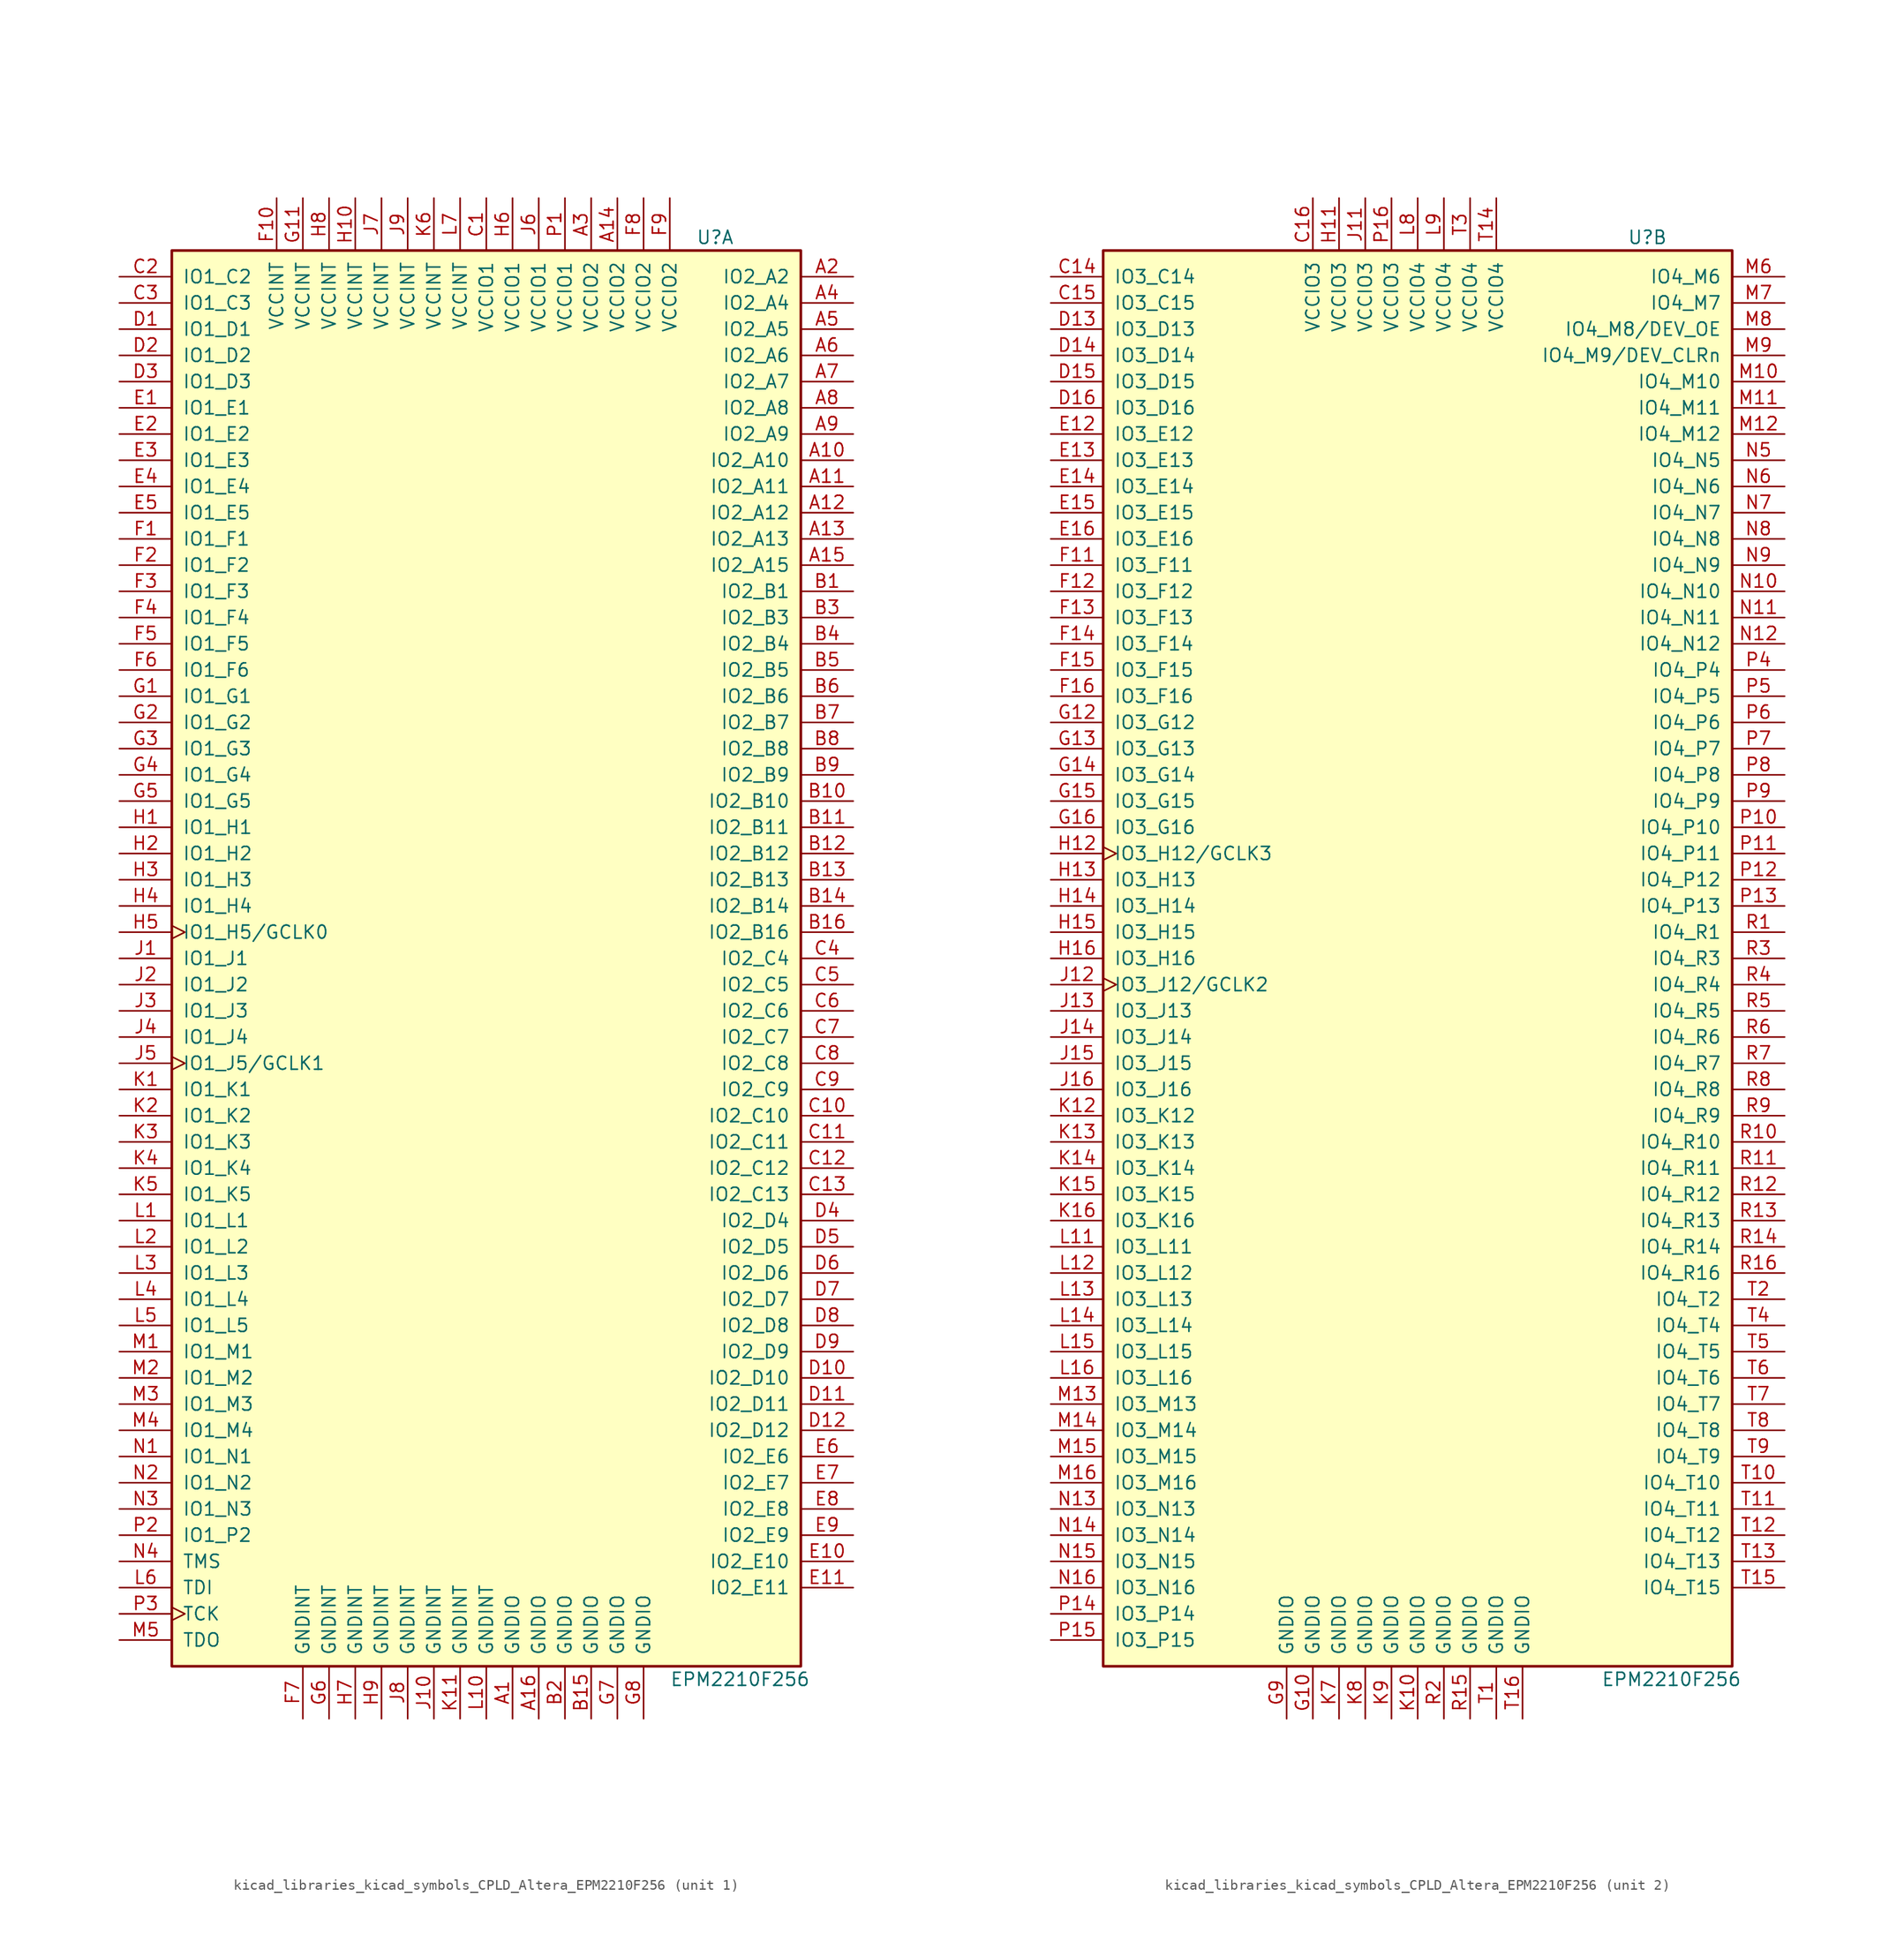
<source format=kicad_sym>
(kicad_symbol_lib
  (version 20220914)
  (generator kicad_symbol_editor)
  (symbol "kicad_libraries_kicad_symbols_CPLD_Altera_EPM2210F256"
    (pin_names
      (offset 1.016))
    (property "Reference" "U"
      (at 20.32 69.85 0)
      (effects (font (size 1.27 1.27)) (justify left)))
    (property "Value" "EPM2210F256"
      (at 17.78 -69.85 0)
      (effects (font (size 1.27 1.27)) (justify left)))
    (property "ki_locked" ""
      (at 0 0 0)
      (effects (font (size 1.27 1.27))))
    (symbol "kicad_libraries_kicad_symbols_CPLD_Altera_EPM2210F256_1_1"
      (rectangle (start -30.48 68.58) (end 30.48 -68.58) (stroke (width 0.254) (type default)) (fill (type background)))
      (pin power_in line (at 2.54 -73.66 90) (length 5.08) (name "GNDIO" (effects (font (size 1.27 1.27)))) (number "A1" (effects (font (size 1.27 1.27)))))
      (pin bidirectional line (at 35.56 48.26 180) (length 5.08) (name "IO2_A10" (effects (font (size 1.27 1.27)))) (number "A10" (effects (font (size 1.27 1.27)))))
      (pin bidirectional line (at 35.56 45.72 180) (length 5.08) (name "IO2_A11" (effects (font (size 1.27 1.27)))) (number "A11" (effects (font (size 1.27 1.27)))))
      (pin bidirectional line (at 35.56 43.18 180) (length 5.08) (name "IO2_A12" (effects (font (size 1.27 1.27)))) (number "A12" (effects (font (size 1.27 1.27)))))
      (pin bidirectional line (at 35.56 40.64 180) (length 5.08) (name "IO2_A13" (effects (font (size 1.27 1.27)))) (number "A13" (effects (font (size 1.27 1.27)))))
      (pin power_in line (at 12.7 73.66 270) (length 5.08) (name "VCCIO2" (effects (font (size 1.27 1.27)))) (number "A14" (effects (font (size 1.27 1.27)))))
      (pin bidirectional line (at 35.56 38.1 180) (length 5.08) (name "IO2_A15" (effects (font (size 1.27 1.27)))) (number "A15" (effects (font (size 1.27 1.27)))))
      (pin power_in line (at 5.08 -73.66 90) (length 5.08) (name "GNDIO" (effects (font (size 1.27 1.27)))) (number "A16" (effects (font (size 1.27 1.27)))))
      (pin bidirectional line (at 35.56 66.04 180) (length 5.08) (name "IO2_A2" (effects (font (size 1.27 1.27)))) (number "A2" (effects (font (size 1.27 1.27)))))
      (pin power_in line (at 10.16 73.66 270) (length 5.08) (name "VCCIO2" (effects (font (size 1.27 1.27)))) (number "A3" (effects (font (size 1.27 1.27)))))
      (pin bidirectional line (at 35.56 63.5 180) (length 5.08) (name "IO2_A4" (effects (font (size 1.27 1.27)))) (number "A4" (effects (font (size 1.27 1.27)))))
      (pin bidirectional line (at 35.56 60.96 180) (length 5.08) (name "IO2_A5" (effects (font (size 1.27 1.27)))) (number "A5" (effects (font (size 1.27 1.27)))))
      (pin bidirectional line (at 35.56 58.42 180) (length 5.08) (name "IO2_A6" (effects (font (size 1.27 1.27)))) (number "A6" (effects (font (size 1.27 1.27)))))
      (pin bidirectional line (at 35.56 55.88 180) (length 5.08) (name "IO2_A7" (effects (font (size 1.27 1.27)))) (number "A7" (effects (font (size 1.27 1.27)))))
      (pin bidirectional line (at 35.56 53.34 180) (length 5.08) (name "IO2_A8" (effects (font (size 1.27 1.27)))) (number "A8" (effects (font (size 1.27 1.27)))))
      (pin bidirectional line (at 35.56 50.8 180) (length 5.08) (name "IO2_A9" (effects (font (size 1.27 1.27)))) (number "A9" (effects (font (size 1.27 1.27)))))
      (pin bidirectional line (at 35.56 35.56 180) (length 5.08) (name "IO2_B1" (effects (font (size 1.27 1.27)))) (number "B1" (effects (font (size 1.27 1.27)))))
      (pin bidirectional line (at 35.56 15.24 180) (length 5.08) (name "IO2_B10" (effects (font (size 1.27 1.27)))) (number "B10" (effects (font (size 1.27 1.27)))))
      (pin bidirectional line (at 35.56 12.7 180) (length 5.08) (name "IO2_B11" (effects (font (size 1.27 1.27)))) (number "B11" (effects (font (size 1.27 1.27)))))
      (pin bidirectional line (at 35.56 10.16 180) (length 5.08) (name "IO2_B12" (effects (font (size 1.27 1.27)))) (number "B12" (effects (font (size 1.27 1.27)))))
      (pin bidirectional line (at 35.56 7.62 180) (length 5.08) (name "IO2_B13" (effects (font (size 1.27 1.27)))) (number "B13" (effects (font (size 1.27 1.27)))))
      (pin bidirectional line (at 35.56 5.08 180) (length 5.08) (name "IO2_B14" (effects (font (size 1.27 1.27)))) (number "B14" (effects (font (size 1.27 1.27)))))
      (pin power_in line (at 10.16 -73.66 90) (length 5.08) (name "GNDIO" (effects (font (size 1.27 1.27)))) (number "B15" (effects (font (size 1.27 1.27)))))
      (pin bidirectional line (at 35.56 2.54 180) (length 5.08) (name "IO2_B16" (effects (font (size 1.27 1.27)))) (number "B16" (effects (font (size 1.27 1.27)))))
      (pin power_in line (at 7.62 -73.66 90) (length 5.08) (name "GNDIO" (effects (font (size 1.27 1.27)))) (number "B2" (effects (font (size 1.27 1.27)))))
      (pin bidirectional line (at 35.56 33.02 180) (length 5.08) (name "IO2_B3" (effects (font (size 1.27 1.27)))) (number "B3" (effects (font (size 1.27 1.27)))))
      (pin bidirectional line (at 35.56 30.48 180) (length 5.08) (name "IO2_B4" (effects (font (size 1.27 1.27)))) (number "B4" (effects (font (size 1.27 1.27)))))
      (pin bidirectional line (at 35.56 27.94 180) (length 5.08) (name "IO2_B5" (effects (font (size 1.27 1.27)))) (number "B5" (effects (font (size 1.27 1.27)))))
      (pin bidirectional line (at 35.56 25.4 180) (length 5.08) (name "IO2_B6" (effects (font (size 1.27 1.27)))) (number "B6" (effects (font (size 1.27 1.27)))))
      (pin bidirectional line (at 35.56 22.86 180) (length 5.08) (name "IO2_B7" (effects (font (size 1.27 1.27)))) (number "B7" (effects (font (size 1.27 1.27)))))
      (pin bidirectional line (at 35.56 20.32 180) (length 5.08) (name "IO2_B8" (effects (font (size 1.27 1.27)))) (number "B8" (effects (font (size 1.27 1.27)))))
      (pin bidirectional line (at 35.56 17.78 180) (length 5.08) (name "IO2_B9" (effects (font (size 1.27 1.27)))) (number "B9" (effects (font (size 1.27 1.27)))))
      (pin power_in line (at 0 73.66 270) (length 5.08) (name "VCCIO1" (effects (font (size 1.27 1.27)))) (number "C1" (effects (font (size 1.27 1.27)))))
      (pin bidirectional line (at 35.56 -15.24 180) (length 5.08) (name "IO2_C10" (effects (font (size 1.27 1.27)))) (number "C10" (effects (font (size 1.27 1.27)))))
      (pin bidirectional line (at 35.56 -17.78 180) (length 5.08) (name "IO2_C11" (effects (font (size 1.27 1.27)))) (number "C11" (effects (font (size 1.27 1.27)))))
      (pin bidirectional line (at 35.56 -20.32 180) (length 5.08) (name "IO2_C12" (effects (font (size 1.27 1.27)))) (number "C12" (effects (font (size 1.27 1.27)))))
      (pin bidirectional line (at 35.56 -22.86 180) (length 5.08) (name "IO2_C13" (effects (font (size 1.27 1.27)))) (number "C13" (effects (font (size 1.27 1.27)))))
      (pin bidirectional line (at -35.56 66.04 0) (length 5.08) (name "IO1_C2" (effects (font (size 1.27 1.27)))) (number "C2" (effects (font (size 1.27 1.27)))))
      (pin bidirectional line (at -35.56 63.5 0) (length 5.08) (name "IO1_C3" (effects (font (size 1.27 1.27)))) (number "C3" (effects (font (size 1.27 1.27)))))
      (pin bidirectional line (at 35.56 0 180) (length 5.08) (name "IO2_C4" (effects (font (size 1.27 1.27)))) (number "C4" (effects (font (size 1.27 1.27)))))
      (pin bidirectional line (at 35.56 -2.54 180) (length 5.08) (name "IO2_C5" (effects (font (size 1.27 1.27)))) (number "C5" (effects (font (size 1.27 1.27)))))
      (pin bidirectional line (at 35.56 -5.08 180) (length 5.08) (name "IO2_C6" (effects (font (size 1.27 1.27)))) (number "C6" (effects (font (size 1.27 1.27)))))
      (pin bidirectional line (at 35.56 -7.62 180) (length 5.08) (name "IO2_C7" (effects (font (size 1.27 1.27)))) (number "C7" (effects (font (size 1.27 1.27)))))
      (pin bidirectional line (at 35.56 -10.16 180) (length 5.08) (name "IO2_C8" (effects (font (size 1.27 1.27)))) (number "C8" (effects (font (size 1.27 1.27)))))
      (pin bidirectional line (at 35.56 -12.7 180) (length 5.08) (name "IO2_C9" (effects (font (size 1.27 1.27)))) (number "C9" (effects (font (size 1.27 1.27)))))
      (pin bidirectional line (at -35.56 60.96 0) (length 5.08) (name "IO1_D1" (effects (font (size 1.27 1.27)))) (number "D1" (effects (font (size 1.27 1.27)))))
      (pin bidirectional line (at 35.56 -40.64 180) (length 5.08) (name "IO2_D10" (effects (font (size 1.27 1.27)))) (number "D10" (effects (font (size 1.27 1.27)))))
      (pin bidirectional line (at 35.56 -43.18 180) (length 5.08) (name "IO2_D11" (effects (font (size 1.27 1.27)))) (number "D11" (effects (font (size 1.27 1.27)))))
      (pin bidirectional line (at 35.56 -45.72 180) (length 5.08) (name "IO2_D12" (effects (font (size 1.27 1.27)))) (number "D12" (effects (font (size 1.27 1.27)))))
      (pin bidirectional line (at -35.56 58.42 0) (length 5.08) (name "IO1_D2" (effects (font (size 1.27 1.27)))) (number "D2" (effects (font (size 1.27 1.27)))))
      (pin bidirectional line (at -35.56 55.88 0) (length 5.08) (name "IO1_D3" (effects (font (size 1.27 1.27)))) (number "D3" (effects (font (size 1.27 1.27)))))
      (pin bidirectional line (at 35.56 -25.4 180) (length 5.08) (name "IO2_D4" (effects (font (size 1.27 1.27)))) (number "D4" (effects (font (size 1.27 1.27)))))
      (pin bidirectional line (at 35.56 -27.94 180) (length 5.08) (name "IO2_D5" (effects (font (size 1.27 1.27)))) (number "D5" (effects (font (size 1.27 1.27)))))
      (pin bidirectional line (at 35.56 -30.48 180) (length 5.08) (name "IO2_D6" (effects (font (size 1.27 1.27)))) (number "D6" (effects (font (size 1.27 1.27)))))
      (pin bidirectional line (at 35.56 -33.02 180) (length 5.08) (name "IO2_D7" (effects (font (size 1.27 1.27)))) (number "D7" (effects (font (size 1.27 1.27)))))
      (pin bidirectional line (at 35.56 -35.56 180) (length 5.08) (name "IO2_D8" (effects (font (size 1.27 1.27)))) (number "D8" (effects (font (size 1.27 1.27)))))
      (pin bidirectional line (at 35.56 -38.1 180) (length 5.08) (name "IO2_D9" (effects (font (size 1.27 1.27)))) (number "D9" (effects (font (size 1.27 1.27)))))
      (pin bidirectional line (at -35.56 53.34 0) (length 5.08) (name "IO1_E1" (effects (font (size 1.27 1.27)))) (number "E1" (effects (font (size 1.27 1.27)))))
      (pin bidirectional line (at 35.56 -58.42 180) (length 5.08) (name "IO2_E10" (effects (font (size 1.27 1.27)))) (number "E10" (effects (font (size 1.27 1.27)))))
      (pin bidirectional line (at 35.56 -60.96 180) (length 5.08) (name "IO2_E11" (effects (font (size 1.27 1.27)))) (number "E11" (effects (font (size 1.27 1.27)))))
      (pin bidirectional line (at -35.56 50.8 0) (length 5.08) (name "IO1_E2" (effects (font (size 1.27 1.27)))) (number "E2" (effects (font (size 1.27 1.27)))))
      (pin bidirectional line (at -35.56 48.26 0) (length 5.08) (name "IO1_E3" (effects (font (size 1.27 1.27)))) (number "E3" (effects (font (size 1.27 1.27)))))
      (pin bidirectional line (at -35.56 45.72 0) (length 5.08) (name "IO1_E4" (effects (font (size 1.27 1.27)))) (number "E4" (effects (font (size 1.27 1.27)))))
      (pin bidirectional line (at -35.56 43.18 0) (length 5.08) (name "IO1_E5" (effects (font (size 1.27 1.27)))) (number "E5" (effects (font (size 1.27 1.27)))))
      (pin bidirectional line (at 35.56 -48.26 180) (length 5.08) (name "IO2_E6" (effects (font (size 1.27 1.27)))) (number "E6" (effects (font (size 1.27 1.27)))))
      (pin bidirectional line (at 35.56 -50.8 180) (length 5.08) (name "IO2_E7" (effects (font (size 1.27 1.27)))) (number "E7" (effects (font (size 1.27 1.27)))))
      (pin bidirectional line (at 35.56 -53.34 180) (length 5.08) (name "IO2_E8" (effects (font (size 1.27 1.27)))) (number "E8" (effects (font (size 1.27 1.27)))))
      (pin bidirectional line (at 35.56 -55.88 180) (length 5.08) (name "IO2_E9" (effects (font (size 1.27 1.27)))) (number "E9" (effects (font (size 1.27 1.27)))))
      (pin bidirectional line (at -35.56 40.64 0) (length 5.08) (name "IO1_F1" (effects (font (size 1.27 1.27)))) (number "F1" (effects (font (size 1.27 1.27)))))
      (pin power_in line (at -20.32 73.66 270) (length 5.08) (name "VCCINT" (effects (font (size 1.27 1.27)))) (number "F10" (effects (font (size 1.27 1.27)))))
      (pin bidirectional line (at -35.56 38.1 0) (length 5.08) (name "IO1_F2" (effects (font (size 1.27 1.27)))) (number "F2" (effects (font (size 1.27 1.27)))))
      (pin bidirectional line (at -35.56 35.56 0) (length 5.08) (name "IO1_F3" (effects (font (size 1.27 1.27)))) (number "F3" (effects (font (size 1.27 1.27)))))
      (pin bidirectional line (at -35.56 33.02 0) (length 5.08) (name "IO1_F4" (effects (font (size 1.27 1.27)))) (number "F4" (effects (font (size 1.27 1.27)))))
      (pin bidirectional line (at -35.56 30.48 0) (length 5.08) (name "IO1_F5" (effects (font (size 1.27 1.27)))) (number "F5" (effects (font (size 1.27 1.27)))))
      (pin bidirectional line (at -35.56 27.94 0) (length 5.08) (name "IO1_F6" (effects (font (size 1.27 1.27)))) (number "F6" (effects (font (size 1.27 1.27)))))
      (pin power_in line (at -17.78 -73.66 90) (length 5.08) (name "GNDINT" (effects (font (size 1.27 1.27)))) (number "F7" (effects (font (size 1.27 1.27)))))
      (pin power_in line (at 15.24 73.66 270) (length 5.08) (name "VCCIO2" (effects (font (size 1.27 1.27)))) (number "F8" (effects (font (size 1.27 1.27)))))
      (pin power_in line (at 17.78 73.66 270) (length 5.08) (name "VCCIO2" (effects (font (size 1.27 1.27)))) (number "F9" (effects (font (size 1.27 1.27)))))
      (pin bidirectional line (at -35.56 25.4 0) (length 5.08) (name "IO1_G1" (effects (font (size 1.27 1.27)))) (number "G1" (effects (font (size 1.27 1.27)))))
      (pin power_in line (at -17.78 73.66 270) (length 5.08) (name "VCCINT" (effects (font (size 1.27 1.27)))) (number "G11" (effects (font (size 1.27 1.27)))))
      (pin bidirectional line (at -35.56 22.86 0) (length 5.08) (name "IO1_G2" (effects (font (size 1.27 1.27)))) (number "G2" (effects (font (size 1.27 1.27)))))
      (pin bidirectional line (at -35.56 20.32 0) (length 5.08) (name "IO1_G3" (effects (font (size 1.27 1.27)))) (number "G3" (effects (font (size 1.27 1.27)))))
      (pin bidirectional line (at -35.56 17.78 0) (length 5.08) (name "IO1_G4" (effects (font (size 1.27 1.27)))) (number "G4" (effects (font (size 1.27 1.27)))))
      (pin bidirectional line (at -35.56 15.24 0) (length 5.08) (name "IO1_G5" (effects (font (size 1.27 1.27)))) (number "G5" (effects (font (size 1.27 1.27)))))
      (pin power_in line (at -15.24 -73.66 90) (length 5.08) (name "GNDINT" (effects (font (size 1.27 1.27)))) (number "G6" (effects (font (size 1.27 1.27)))))
      (pin power_in line (at 12.7 -73.66 90) (length 5.08) (name "GNDIO" (effects (font (size 1.27 1.27)))) (number "G7" (effects (font (size 1.27 1.27)))))
      (pin power_in line (at 15.24 -73.66 90) (length 5.08) (name "GNDIO" (effects (font (size 1.27 1.27)))) (number "G8" (effects (font (size 1.27 1.27)))))
      (pin bidirectional line (at -35.56 12.7 0) (length 5.08) (name "IO1_H1" (effects (font (size 1.27 1.27)))) (number "H1" (effects (font (size 1.27 1.27)))))
      (pin power_in line (at -12.7 73.66 270) (length 5.08) (name "VCCINT" (effects (font (size 1.27 1.27)))) (number "H10" (effects (font (size 1.27 1.27)))))
      (pin bidirectional line (at -35.56 10.16 0) (length 5.08) (name "IO1_H2" (effects (font (size 1.27 1.27)))) (number "H2" (effects (font (size 1.27 1.27)))))
      (pin bidirectional line (at -35.56 7.62 0) (length 5.08) (name "IO1_H3" (effects (font (size 1.27 1.27)))) (number "H3" (effects (font (size 1.27 1.27)))))
      (pin bidirectional line (at -35.56 5.08 0) (length 5.08) (name "IO1_H4" (effects (font (size 1.27 1.27)))) (number "H4" (effects (font (size 1.27 1.27)))))
      (pin bidirectional clock (at -35.56 2.54 0) (length 5.08) (name "IO1_H5/GCLK0" (effects (font (size 1.27 1.27)))) (number "H5" (effects (font (size 1.27 1.27)))))
      (pin power_in line (at 2.54 73.66 270) (length 5.08) (name "VCCIO1" (effects (font (size 1.27 1.27)))) (number "H6" (effects (font (size 1.27 1.27)))))
      (pin power_in line (at -12.7 -73.66 90) (length 5.08) (name "GNDINT" (effects (font (size 1.27 1.27)))) (number "H7" (effects (font (size 1.27 1.27)))))
      (pin power_in line (at -15.24 73.66 270) (length 5.08) (name "VCCINT" (effects (font (size 1.27 1.27)))) (number "H8" (effects (font (size 1.27 1.27)))))
      (pin power_in line (at -10.16 -73.66 90) (length 5.08) (name "GNDINT" (effects (font (size 1.27 1.27)))) (number "H9" (effects (font (size 1.27 1.27)))))
      (pin bidirectional line (at -35.56 0 0) (length 5.08) (name "IO1_J1" (effects (font (size 1.27 1.27)))) (number "J1" (effects (font (size 1.27 1.27)))))
      (pin power_in line (at -5.08 -73.66 90) (length 5.08) (name "GNDINT" (effects (font (size 1.27 1.27)))) (number "J10" (effects (font (size 1.27 1.27)))))
      (pin bidirectional line (at -35.56 -2.54 0) (length 5.08) (name "IO1_J2" (effects (font (size 1.27 1.27)))) (number "J2" (effects (font (size 1.27 1.27)))))
      (pin bidirectional line (at -35.56 -5.08 0) (length 5.08) (name "IO1_J3" (effects (font (size 1.27 1.27)))) (number "J3" (effects (font (size 1.27 1.27)))))
      (pin bidirectional line (at -35.56 -7.62 0) (length 5.08) (name "IO1_J4" (effects (font (size 1.27 1.27)))) (number "J4" (effects (font (size 1.27 1.27)))))
      (pin bidirectional clock (at -35.56 -10.16 0) (length 5.08) (name "IO1_J5/GCLK1" (effects (font (size 1.27 1.27)))) (number "J5" (effects (font (size 1.27 1.27)))))
      (pin power_in line (at 5.08 73.66 270) (length 5.08) (name "VCCIO1" (effects (font (size 1.27 1.27)))) (number "J6" (effects (font (size 1.27 1.27)))))
      (pin power_in line (at -10.16 73.66 270) (length 5.08) (name "VCCINT" (effects (font (size 1.27 1.27)))) (number "J7" (effects (font (size 1.27 1.27)))))
      (pin power_in line (at -7.62 -73.66 90) (length 5.08) (name "GNDINT" (effects (font (size 1.27 1.27)))) (number "J8" (effects (font (size 1.27 1.27)))))
      (pin power_in line (at -7.62 73.66 270) (length 5.08) (name "VCCINT" (effects (font (size 1.27 1.27)))) (number "J9" (effects (font (size 1.27 1.27)))))
      (pin bidirectional line (at -35.56 -12.7 0) (length 5.08) (name "IO1_K1" (effects (font (size 1.27 1.27)))) (number "K1" (effects (font (size 1.27 1.27)))))
      (pin power_in line (at -2.54 -73.66 90) (length 5.08) (name "GNDINT" (effects (font (size 1.27 1.27)))) (number "K11" (effects (font (size 1.27 1.27)))))
      (pin bidirectional line (at -35.56 -15.24 0) (length 5.08) (name "IO1_K2" (effects (font (size 1.27 1.27)))) (number "K2" (effects (font (size 1.27 1.27)))))
      (pin bidirectional line (at -35.56 -17.78 0) (length 5.08) (name "IO1_K3" (effects (font (size 1.27 1.27)))) (number "K3" (effects (font (size 1.27 1.27)))))
      (pin bidirectional line (at -35.56 -20.32 0) (length 5.08) (name "IO1_K4" (effects (font (size 1.27 1.27)))) (number "K4" (effects (font (size 1.27 1.27)))))
      (pin bidirectional line (at -35.56 -22.86 0) (length 5.08) (name "IO1_K5" (effects (font (size 1.27 1.27)))) (number "K5" (effects (font (size 1.27 1.27)))))
      (pin power_in line (at -5.08 73.66 270) (length 5.08) (name "VCCINT" (effects (font (size 1.27 1.27)))) (number "K6" (effects (font (size 1.27 1.27)))))
      (pin bidirectional line (at -35.56 -25.4 0) (length 5.08) (name "IO1_L1" (effects (font (size 1.27 1.27)))) (number "L1" (effects (font (size 1.27 1.27)))))
      (pin power_in line (at 0 -73.66 90) (length 5.08) (name "GNDINT" (effects (font (size 1.27 1.27)))) (number "L10" (effects (font (size 1.27 1.27)))))
      (pin bidirectional line (at -35.56 -27.94 0) (length 5.08) (name "IO1_L2" (effects (font (size 1.27 1.27)))) (number "L2" (effects (font (size 1.27 1.27)))))
      (pin bidirectional line (at -35.56 -30.48 0) (length 5.08) (name "IO1_L3" (effects (font (size 1.27 1.27)))) (number "L3" (effects (font (size 1.27 1.27)))))
      (pin bidirectional line (at -35.56 -33.02 0) (length 5.08) (name "IO1_L4" (effects (font (size 1.27 1.27)))) (number "L4" (effects (font (size 1.27 1.27)))))
      (pin bidirectional line (at -35.56 -35.56 0) (length 5.08) (name "IO1_L5" (effects (font (size 1.27 1.27)))) (number "L5" (effects (font (size 1.27 1.27)))))
      (pin input line (at -35.56 -60.96 0) (length 5.08) (name "TDI" (effects (font (size 1.27 1.27)))) (number "L6" (effects (font (size 1.27 1.27)))))
      (pin power_in line (at -2.54 73.66 270) (length 5.08) (name "VCCINT" (effects (font (size 1.27 1.27)))) (number "L7" (effects (font (size 1.27 1.27)))))
      (pin bidirectional line (at -35.56 -38.1 0) (length 5.08) (name "IO1_M1" (effects (font (size 1.27 1.27)))) (number "M1" (effects (font (size 1.27 1.27)))))
      (pin bidirectional line (at -35.56 -40.64 0) (length 5.08) (name "IO1_M2" (effects (font (size 1.27 1.27)))) (number "M2" (effects (font (size 1.27 1.27)))))
      (pin bidirectional line (at -35.56 -43.18 0) (length 5.08) (name "IO1_M3" (effects (font (size 1.27 1.27)))) (number "M3" (effects (font (size 1.27 1.27)))))
      (pin bidirectional line (at -35.56 -45.72 0) (length 5.08) (name "IO1_M4" (effects (font (size 1.27 1.27)))) (number "M4" (effects (font (size 1.27 1.27)))))
      (pin output line (at -35.56 -66.04 0) (length 5.08) (name "TDO" (effects (font (size 1.27 1.27)))) (number "M5" (effects (font (size 1.27 1.27)))))
      (pin bidirectional line (at -35.56 -48.26 0) (length 5.08) (name "IO1_N1" (effects (font (size 1.27 1.27)))) (number "N1" (effects (font (size 1.27 1.27)))))
      (pin bidirectional line (at -35.56 -50.8 0) (length 5.08) (name "IO1_N2" (effects (font (size 1.27 1.27)))) (number "N2" (effects (font (size 1.27 1.27)))))
      (pin bidirectional line (at -35.56 -53.34 0) (length 5.08) (name "IO1_N3" (effects (font (size 1.27 1.27)))) (number "N3" (effects (font (size 1.27 1.27)))))
      (pin input line (at -35.56 -58.42 0) (length 5.08) (name "TMS" (effects (font (size 1.27 1.27)))) (number "N4" (effects (font (size 1.27 1.27)))))
      (pin power_in line (at 7.62 73.66 270) (length 5.08) (name "VCCIO1" (effects (font (size 1.27 1.27)))) (number "P1" (effects (font (size 1.27 1.27)))))
      (pin bidirectional line (at -35.56 -55.88 0) (length 5.08) (name "IO1_P2" (effects (font (size 1.27 1.27)))) (number "P2" (effects (font (size 1.27 1.27)))))
      (pin input clock (at -35.56 -63.5 0) (length 5.08) (name "TCK" (effects (font (size 1.27 1.27)))) (number "P3" (effects (font (size 1.27 1.27))))))
    (symbol "kicad_libraries_kicad_symbols_CPLD_Altera_EPM2210F256_2_1"
      (rectangle (start -30.48 68.58) (end 30.48 -68.58) (stroke (width 0.254) (type default)) (fill (type background)))
      (pin bidirectional line (at -35.56 66.04 0) (length 5.08) (name "IO3_C14" (effects (font (size 1.27 1.27)))) (number "C14" (effects (font (size 1.27 1.27)))))
      (pin bidirectional line (at -35.56 63.5 0) (length 5.08) (name "IO3_C15" (effects (font (size 1.27 1.27)))) (number "C15" (effects (font (size 1.27 1.27)))))
      (pin power_in line (at -10.16 73.66 270) (length 5.08) (name "VCCIO3" (effects (font (size 1.27 1.27)))) (number "C16" (effects (font (size 1.27 1.27)))))
      (pin bidirectional line (at -35.56 60.96 0) (length 5.08) (name "IO3_D13" (effects (font (size 1.27 1.27)))) (number "D13" (effects (font (size 1.27 1.27)))))
      (pin bidirectional line (at -35.56 58.42 0) (length 5.08) (name "IO3_D14" (effects (font (size 1.27 1.27)))) (number "D14" (effects (font (size 1.27 1.27)))))
      (pin bidirectional line (at -35.56 55.88 0) (length 5.08) (name "IO3_D15" (effects (font (size 1.27 1.27)))) (number "D15" (effects (font (size 1.27 1.27)))))
      (pin bidirectional line (at -35.56 53.34 0) (length 5.08) (name "IO3_D16" (effects (font (size 1.27 1.27)))) (number "D16" (effects (font (size 1.27 1.27)))))
      (pin bidirectional line (at -35.56 50.8 0) (length 5.08) (name "IO3_E12" (effects (font (size 1.27 1.27)))) (number "E12" (effects (font (size 1.27 1.27)))))
      (pin bidirectional line (at -35.56 48.26 0) (length 5.08) (name "IO3_E13" (effects (font (size 1.27 1.27)))) (number "E13" (effects (font (size 1.27 1.27)))))
      (pin bidirectional line (at -35.56 45.72 0) (length 5.08) (name "IO3_E14" (effects (font (size 1.27 1.27)))) (number "E14" (effects (font (size 1.27 1.27)))))
      (pin bidirectional line (at -35.56 43.18 0) (length 5.08) (name "IO3_E15" (effects (font (size 1.27 1.27)))) (number "E15" (effects (font (size 1.27 1.27)))))
      (pin bidirectional line (at -35.56 40.64 0) (length 5.08) (name "IO3_E16" (effects (font (size 1.27 1.27)))) (number "E16" (effects (font (size 1.27 1.27)))))
      (pin bidirectional line (at -35.56 38.1 0) (length 5.08) (name "IO3_F11" (effects (font (size 1.27 1.27)))) (number "F11" (effects (font (size 1.27 1.27)))))
      (pin bidirectional line (at -35.56 35.56 0) (length 5.08) (name "IO3_F12" (effects (font (size 1.27 1.27)))) (number "F12" (effects (font (size 1.27 1.27)))))
      (pin bidirectional line (at -35.56 33.02 0) (length 5.08) (name "IO3_F13" (effects (font (size 1.27 1.27)))) (number "F13" (effects (font (size 1.27 1.27)))))
      (pin bidirectional line (at -35.56 30.48 0) (length 5.08) (name "IO3_F14" (effects (font (size 1.27 1.27)))) (number "F14" (effects (font (size 1.27 1.27)))))
      (pin bidirectional line (at -35.56 27.94 0) (length 5.08) (name "IO3_F15" (effects (font (size 1.27 1.27)))) (number "F15" (effects (font (size 1.27 1.27)))))
      (pin bidirectional line (at -35.56 25.4 0) (length 5.08) (name "IO3_F16" (effects (font (size 1.27 1.27)))) (number "F16" (effects (font (size 1.27 1.27)))))
      (pin power_in line (at -10.16 -73.66 90) (length 5.08) (name "GNDIO" (effects (font (size 1.27 1.27)))) (number "G10" (effects (font (size 1.27 1.27)))))
      (pin bidirectional line (at -35.56 22.86 0) (length 5.08) (name "IO3_G12" (effects (font (size 1.27 1.27)))) (number "G12" (effects (font (size 1.27 1.27)))))
      (pin bidirectional line (at -35.56 20.32 0) (length 5.08) (name "IO3_G13" (effects (font (size 1.27 1.27)))) (number "G13" (effects (font (size 1.27 1.27)))))
      (pin bidirectional line (at -35.56 17.78 0) (length 5.08) (name "IO3_G14" (effects (font (size 1.27 1.27)))) (number "G14" (effects (font (size 1.27 1.27)))))
      (pin bidirectional line (at -35.56 15.24 0) (length 5.08) (name "IO3_G15" (effects (font (size 1.27 1.27)))) (number "G15" (effects (font (size 1.27 1.27)))))
      (pin bidirectional line (at -35.56 12.7 0) (length 5.08) (name "IO3_G16" (effects (font (size 1.27 1.27)))) (number "G16" (effects (font (size 1.27 1.27)))))
      (pin power_in line (at -12.7 -73.66 90) (length 5.08) (name "GNDIO" (effects (font (size 1.27 1.27)))) (number "G9" (effects (font (size 1.27 1.27)))))
      (pin power_in line (at -7.62 73.66 270) (length 5.08) (name "VCCIO3" (effects (font (size 1.27 1.27)))) (number "H11" (effects (font (size 1.27 1.27)))))
      (pin bidirectional clock (at -35.56 10.16 0) (length 5.08) (name "IO3_H12/GCLK3" (effects (font (size 1.27 1.27)))) (number "H12" (effects (font (size 1.27 1.27)))))
      (pin bidirectional line (at -35.56 7.62 0) (length 5.08) (name "IO3_H13" (effects (font (size 1.27 1.27)))) (number "H13" (effects (font (size 1.27 1.27)))))
      (pin bidirectional line (at -35.56 5.08 0) (length 5.08) (name "IO3_H14" (effects (font (size 1.27 1.27)))) (number "H14" (effects (font (size 1.27 1.27)))))
      (pin bidirectional line (at -35.56 2.54 0) (length 5.08) (name "IO3_H15" (effects (font (size 1.27 1.27)))) (number "H15" (effects (font (size 1.27 1.27)))))
      (pin bidirectional line (at -35.56 0 0) (length 5.08) (name "IO3_H16" (effects (font (size 1.27 1.27)))) (number "H16" (effects (font (size 1.27 1.27)))))
      (pin power_in line (at -5.08 73.66 270) (length 5.08) (name "VCCIO3" (effects (font (size 1.27 1.27)))) (number "J11" (effects (font (size 1.27 1.27)))))
      (pin bidirectional clock (at -35.56 -2.54 0) (length 5.08) (name "IO3_J12/GCLK2" (effects (font (size 1.27 1.27)))) (number "J12" (effects (font (size 1.27 1.27)))))
      (pin bidirectional line (at -35.56 -5.08 0) (length 5.08) (name "IO3_J13" (effects (font (size 1.27 1.27)))) (number "J13" (effects (font (size 1.27 1.27)))))
      (pin bidirectional line (at -35.56 -7.62 0) (length 5.08) (name "IO3_J14" (effects (font (size 1.27 1.27)))) (number "J14" (effects (font (size 1.27 1.27)))))
      (pin bidirectional line (at -35.56 -10.16 0) (length 5.08) (name "IO3_J15" (effects (font (size 1.27 1.27)))) (number "J15" (effects (font (size 1.27 1.27)))))
      (pin bidirectional line (at -35.56 -12.7 0) (length 5.08) (name "IO3_J16" (effects (font (size 1.27 1.27)))) (number "J16" (effects (font (size 1.27 1.27)))))
      (pin power_in line (at 0 -73.66 90) (length 5.08) (name "GNDIO" (effects (font (size 1.27 1.27)))) (number "K10" (effects (font (size 1.27 1.27)))))
      (pin bidirectional line (at -35.56 -15.24 0) (length 5.08) (name "IO3_K12" (effects (font (size 1.27 1.27)))) (number "K12" (effects (font (size 1.27 1.27)))))
      (pin bidirectional line (at -35.56 -17.78 0) (length 5.08) (name "IO3_K13" (effects (font (size 1.27 1.27)))) (number "K13" (effects (font (size 1.27 1.27)))))
      (pin bidirectional line (at -35.56 -20.32 0) (length 5.08) (name "IO3_K14" (effects (font (size 1.27 1.27)))) (number "K14" (effects (font (size 1.27 1.27)))))
      (pin bidirectional line (at -35.56 -22.86 0) (length 5.08) (name "IO3_K15" (effects (font (size 1.27 1.27)))) (number "K15" (effects (font (size 1.27 1.27)))))
      (pin bidirectional line (at -35.56 -25.4 0) (length 5.08) (name "IO3_K16" (effects (font (size 1.27 1.27)))) (number "K16" (effects (font (size 1.27 1.27)))))
      (pin power_in line (at -7.62 -73.66 90) (length 5.08) (name "GNDIO" (effects (font (size 1.27 1.27)))) (number "K7" (effects (font (size 1.27 1.27)))))
      (pin power_in line (at -5.08 -73.66 90) (length 5.08) (name "GNDIO" (effects (font (size 1.27 1.27)))) (number "K8" (effects (font (size 1.27 1.27)))))
      (pin power_in line (at -2.54 -73.66 90) (length 5.08) (name "GNDIO" (effects (font (size 1.27 1.27)))) (number "K9" (effects (font (size 1.27 1.27)))))
      (pin bidirectional line (at -35.56 -27.94 0) (length 5.08) (name "IO3_L11" (effects (font (size 1.27 1.27)))) (number "L11" (effects (font (size 1.27 1.27)))))
      (pin bidirectional line (at -35.56 -30.48 0) (length 5.08) (name "IO3_L12" (effects (font (size 1.27 1.27)))) (number "L12" (effects (font (size 1.27 1.27)))))
      (pin bidirectional line (at -35.56 -33.02 0) (length 5.08) (name "IO3_L13" (effects (font (size 1.27 1.27)))) (number "L13" (effects (font (size 1.27 1.27)))))
      (pin bidirectional line (at -35.56 -35.56 0) (length 5.08) (name "IO3_L14" (effects (font (size 1.27 1.27)))) (number "L14" (effects (font (size 1.27 1.27)))))
      (pin bidirectional line (at -35.56 -38.1 0) (length 5.08) (name "IO3_L15" (effects (font (size 1.27 1.27)))) (number "L15" (effects (font (size 1.27 1.27)))))
      (pin bidirectional line (at -35.56 -40.64 0) (length 5.08) (name "IO3_L16" (effects (font (size 1.27 1.27)))) (number "L16" (effects (font (size 1.27 1.27)))))
      (pin power_in line (at 0 73.66 270) (length 5.08) (name "VCCIO4" (effects (font (size 1.27 1.27)))) (number "L8" (effects (font (size 1.27 1.27)))))
      (pin power_in line (at 2.54 73.66 270) (length 5.08) (name "VCCIO4" (effects (font (size 1.27 1.27)))) (number "L9" (effects (font (size 1.27 1.27)))))
      (pin bidirectional line (at 35.56 55.88 180) (length 5.08) (name "IO4_M10" (effects (font (size 1.27 1.27)))) (number "M10" (effects (font (size 1.27 1.27)))))
      (pin bidirectional line (at 35.56 53.34 180) (length 5.08) (name "IO4_M11" (effects (font (size 1.27 1.27)))) (number "M11" (effects (font (size 1.27 1.27)))))
      (pin bidirectional line (at 35.56 50.8 180) (length 5.08) (name "IO4_M12" (effects (font (size 1.27 1.27)))) (number "M12" (effects (font (size 1.27 1.27)))))
      (pin bidirectional line (at -35.56 -43.18 0) (length 5.08) (name "IO3_M13" (effects (font (size 1.27 1.27)))) (number "M13" (effects (font (size 1.27 1.27)))))
      (pin bidirectional line (at -35.56 -45.72 0) (length 5.08) (name "IO3_M14" (effects (font (size 1.27 1.27)))) (number "M14" (effects (font (size 1.27 1.27)))))
      (pin bidirectional line (at -35.56 -48.26 0) (length 5.08) (name "IO3_M15" (effects (font (size 1.27 1.27)))) (number "M15" (effects (font (size 1.27 1.27)))))
      (pin bidirectional line (at -35.56 -50.8 0) (length 5.08) (name "IO3_M16" (effects (font (size 1.27 1.27)))) (number "M16" (effects (font (size 1.27 1.27)))))
      (pin bidirectional line (at 35.56 66.04 180) (length 5.08) (name "IO4_M6" (effects (font (size 1.27 1.27)))) (number "M6" (effects (font (size 1.27 1.27)))))
      (pin bidirectional line (at 35.56 63.5 180) (length 5.08) (name "IO4_M7" (effects (font (size 1.27 1.27)))) (number "M7" (effects (font (size 1.27 1.27)))))
      (pin bidirectional line (at 35.56 60.96 180) (length 5.08) (name "IO4_M8/DEV_OE" (effects (font (size 1.27 1.27)))) (number "M8" (effects (font (size 1.27 1.27)))))
      (pin bidirectional line (at 35.56 58.42 180) (length 5.08) (name "IO4_M9/DEV_CLRn" (effects (font (size 1.27 1.27)))) (number "M9" (effects (font (size 1.27 1.27)))))
      (pin bidirectional line (at 35.56 35.56 180) (length 5.08) (name "IO4_N10" (effects (font (size 1.27 1.27)))) (number "N10" (effects (font (size 1.27 1.27)))))
      (pin bidirectional line (at 35.56 33.02 180) (length 5.08) (name "IO4_N11" (effects (font (size 1.27 1.27)))) (number "N11" (effects (font (size 1.27 1.27)))))
      (pin bidirectional line (at 35.56 30.48 180) (length 5.08) (name "IO4_N12" (effects (font (size 1.27 1.27)))) (number "N12" (effects (font (size 1.27 1.27)))))
      (pin bidirectional line (at -35.56 -53.34 0) (length 5.08) (name "IO3_N13" (effects (font (size 1.27 1.27)))) (number "N13" (effects (font (size 1.27 1.27)))))
      (pin bidirectional line (at -35.56 -55.88 0) (length 5.08) (name "IO3_N14" (effects (font (size 1.27 1.27)))) (number "N14" (effects (font (size 1.27 1.27)))))
      (pin bidirectional line (at -35.56 -58.42 0) (length 5.08) (name "IO3_N15" (effects (font (size 1.27 1.27)))) (number "N15" (effects (font (size 1.27 1.27)))))
      (pin bidirectional line (at -35.56 -60.96 0) (length 5.08) (name "IO3_N16" (effects (font (size 1.27 1.27)))) (number "N16" (effects (font (size 1.27 1.27)))))
      (pin bidirectional line (at 35.56 48.26 180) (length 5.08) (name "IO4_N5" (effects (font (size 1.27 1.27)))) (number "N5" (effects (font (size 1.27 1.27)))))
      (pin bidirectional line (at 35.56 45.72 180) (length 5.08) (name "IO4_N6" (effects (font (size 1.27 1.27)))) (number "N6" (effects (font (size 1.27 1.27)))))
      (pin bidirectional line (at 35.56 43.18 180) (length 5.08) (name "IO4_N7" (effects (font (size 1.27 1.27)))) (number "N7" (effects (font (size 1.27 1.27)))))
      (pin bidirectional line (at 35.56 40.64 180) (length 5.08) (name "IO4_N8" (effects (font (size 1.27 1.27)))) (number "N8" (effects (font (size 1.27 1.27)))))
      (pin bidirectional line (at 35.56 38.1 180) (length 5.08) (name "IO4_N9" (effects (font (size 1.27 1.27)))) (number "N9" (effects (font (size 1.27 1.27)))))
      (pin bidirectional line (at 35.56 12.7 180) (length 5.08) (name "IO4_P10" (effects (font (size 1.27 1.27)))) (number "P10" (effects (font (size 1.27 1.27)))))
      (pin bidirectional line (at 35.56 10.16 180) (length 5.08) (name "IO4_P11" (effects (font (size 1.27 1.27)))) (number "P11" (effects (font (size 1.27 1.27)))))
      (pin bidirectional line (at 35.56 7.62 180) (length 5.08) (name "IO4_P12" (effects (font (size 1.27 1.27)))) (number "P12" (effects (font (size 1.27 1.27)))))
      (pin bidirectional line (at 35.56 5.08 180) (length 5.08) (name "IO4_P13" (effects (font (size 1.27 1.27)))) (number "P13" (effects (font (size 1.27 1.27)))))
      (pin bidirectional line (at -35.56 -63.5 0) (length 5.08) (name "IO3_P14" (effects (font (size 1.27 1.27)))) (number "P14" (effects (font (size 1.27 1.27)))))
      (pin bidirectional line (at -35.56 -66.04 0) (length 5.08) (name "IO3_P15" (effects (font (size 1.27 1.27)))) (number "P15" (effects (font (size 1.27 1.27)))))
      (pin power_in line (at -2.54 73.66 270) (length 5.08) (name "VCCIO3" (effects (font (size 1.27 1.27)))) (number "P16" (effects (font (size 1.27 1.27)))))
      (pin bidirectional line (at 35.56 27.94 180) (length 5.08) (name "IO4_P4" (effects (font (size 1.27 1.27)))) (number "P4" (effects (font (size 1.27 1.27)))))
      (pin bidirectional line (at 35.56 25.4 180) (length 5.08) (name "IO4_P5" (effects (font (size 1.27 1.27)))) (number "P5" (effects (font (size 1.27 1.27)))))
      (pin bidirectional line (at 35.56 22.86 180) (length 5.08) (name "IO4_P6" (effects (font (size 1.27 1.27)))) (number "P6" (effects (font (size 1.27 1.27)))))
      (pin bidirectional line (at 35.56 20.32 180) (length 5.08) (name "IO4_P7" (effects (font (size 1.27 1.27)))) (number "P7" (effects (font (size 1.27 1.27)))))
      (pin bidirectional line (at 35.56 17.78 180) (length 5.08) (name "IO4_P8" (effects (font (size 1.27 1.27)))) (number "P8" (effects (font (size 1.27 1.27)))))
      (pin bidirectional line (at 35.56 15.24 180) (length 5.08) (name "IO4_P9" (effects (font (size 1.27 1.27)))) (number "P9" (effects (font (size 1.27 1.27)))))
      (pin bidirectional line (at 35.56 2.54 180) (length 5.08) (name "IO4_R1" (effects (font (size 1.27 1.27)))) (number "R1" (effects (font (size 1.27 1.27)))))
      (pin bidirectional line (at 35.56 -17.78 180) (length 5.08) (name "IO4_R10" (effects (font (size 1.27 1.27)))) (number "R10" (effects (font (size 1.27 1.27)))))
      (pin bidirectional line (at 35.56 -20.32 180) (length 5.08) (name "IO4_R11" (effects (font (size 1.27 1.27)))) (number "R11" (effects (font (size 1.27 1.27)))))
      (pin bidirectional line (at 35.56 -22.86 180) (length 5.08) (name "IO4_R12" (effects (font (size 1.27 1.27)))) (number "R12" (effects (font (size 1.27 1.27)))))
      (pin bidirectional line (at 35.56 -25.4 180) (length 5.08) (name "IO4_R13" (effects (font (size 1.27 1.27)))) (number "R13" (effects (font (size 1.27 1.27)))))
      (pin bidirectional line (at 35.56 -27.94 180) (length 5.08) (name "IO4_R14" (effects (font (size 1.27 1.27)))) (number "R14" (effects (font (size 1.27 1.27)))))
      (pin power_in line (at 5.08 -73.66 90) (length 5.08) (name "GNDIO" (effects (font (size 1.27 1.27)))) (number "R15" (effects (font (size 1.27 1.27)))))
      (pin bidirectional line (at 35.56 -30.48 180) (length 5.08) (name "IO4_R16" (effects (font (size 1.27 1.27)))) (number "R16" (effects (font (size 1.27 1.27)))))
      (pin power_in line (at 2.54 -73.66 90) (length 5.08) (name "GNDIO" (effects (font (size 1.27 1.27)))) (number "R2" (effects (font (size 1.27 1.27)))))
      (pin bidirectional line (at 35.56 0 180) (length 5.08) (name "IO4_R3" (effects (font (size 1.27 1.27)))) (number "R3" (effects (font (size 1.27 1.27)))))
      (pin bidirectional line (at 35.56 -2.54 180) (length 5.08) (name "IO4_R4" (effects (font (size 1.27 1.27)))) (number "R4" (effects (font (size 1.27 1.27)))))
      (pin bidirectional line (at 35.56 -5.08 180) (length 5.08) (name "IO4_R5" (effects (font (size 1.27 1.27)))) (number "R5" (effects (font (size 1.27 1.27)))))
      (pin bidirectional line (at 35.56 -7.62 180) (length 5.08) (name "IO4_R6" (effects (font (size 1.27 1.27)))) (number "R6" (effects (font (size 1.27 1.27)))))
      (pin bidirectional line (at 35.56 -10.16 180) (length 5.08) (name "IO4_R7" (effects (font (size 1.27 1.27)))) (number "R7" (effects (font (size 1.27 1.27)))))
      (pin bidirectional line (at 35.56 -12.7 180) (length 5.08) (name "IO4_R8" (effects (font (size 1.27 1.27)))) (number "R8" (effects (font (size 1.27 1.27)))))
      (pin bidirectional line (at 35.56 -15.24 180) (length 5.08) (name "IO4_R9" (effects (font (size 1.27 1.27)))) (number "R9" (effects (font (size 1.27 1.27)))))
      (pin power_in line (at 7.62 -73.66 90) (length 5.08) (name "GNDIO" (effects (font (size 1.27 1.27)))) (number "T1" (effects (font (size 1.27 1.27)))))
      (pin bidirectional line (at 35.56 -50.8 180) (length 5.08) (name "IO4_T10" (effects (font (size 1.27 1.27)))) (number "T10" (effects (font (size 1.27 1.27)))))
      (pin bidirectional line (at 35.56 -53.34 180) (length 5.08) (name "IO4_T11" (effects (font (size 1.27 1.27)))) (number "T11" (effects (font (size 1.27 1.27)))))
      (pin bidirectional line (at 35.56 -55.88 180) (length 5.08) (name "IO4_T12" (effects (font (size 1.27 1.27)))) (number "T12" (effects (font (size 1.27 1.27)))))
      (pin bidirectional line (at 35.56 -58.42 180) (length 5.08) (name "IO4_T13" (effects (font (size 1.27 1.27)))) (number "T13" (effects (font (size 1.27 1.27)))))
      (pin power_in line (at 7.62 73.66 270) (length 5.08) (name "VCCIO4" (effects (font (size 1.27 1.27)))) (number "T14" (effects (font (size 1.27 1.27)))))
      (pin bidirectional line (at 35.56 -60.96 180) (length 5.08) (name "IO4_T15" (effects (font (size 1.27 1.27)))) (number "T15" (effects (font (size 1.27 1.27)))))
      (pin power_in line (at 10.16 -73.66 90) (length 5.08) (name "GNDIO" (effects (font (size 1.27 1.27)))) (number "T16" (effects (font (size 1.27 1.27)))))
      (pin bidirectional line (at 35.56 -33.02 180) (length 5.08) (name "IO4_T2" (effects (font (size 1.27 1.27)))) (number "T2" (effects (font (size 1.27 1.27)))))
      (pin power_in line (at 5.08 73.66 270) (length 5.08) (name "VCCIO4" (effects (font (size 1.27 1.27)))) (number "T3" (effects (font (size 1.27 1.27)))))
      (pin bidirectional line (at 35.56 -35.56 180) (length 5.08) (name "IO4_T4" (effects (font (size 1.27 1.27)))) (number "T4" (effects (font (size 1.27 1.27)))))
      (pin bidirectional line (at 35.56 -38.1 180) (length 5.08) (name "IO4_T5" (effects (font (size 1.27 1.27)))) (number "T5" (effects (font (size 1.27 1.27)))))
      (pin bidirectional line (at 35.56 -40.64 180) (length 5.08) (name "IO4_T6" (effects (font (size 1.27 1.27)))) (number "T6" (effects (font (size 1.27 1.27)))))
      (pin bidirectional line (at 35.56 -43.18 180) (length 5.08) (name "IO4_T7" (effects (font (size 1.27 1.27)))) (number "T7" (effects (font (size 1.27 1.27)))))
      (pin bidirectional line (at 35.56 -45.72 180) (length 5.08) (name "IO4_T8" (effects (font (size 1.27 1.27)))) (number "T8" (effects (font (size 1.27 1.27)))))
      (pin bidirectional line (at 35.56 -48.26 180) (length 5.08) (name "IO4_T9" (effects (font (size 1.27 1.27)))) (number "T9" (effects (font (size 1.27 1.27))))))))
</source>
